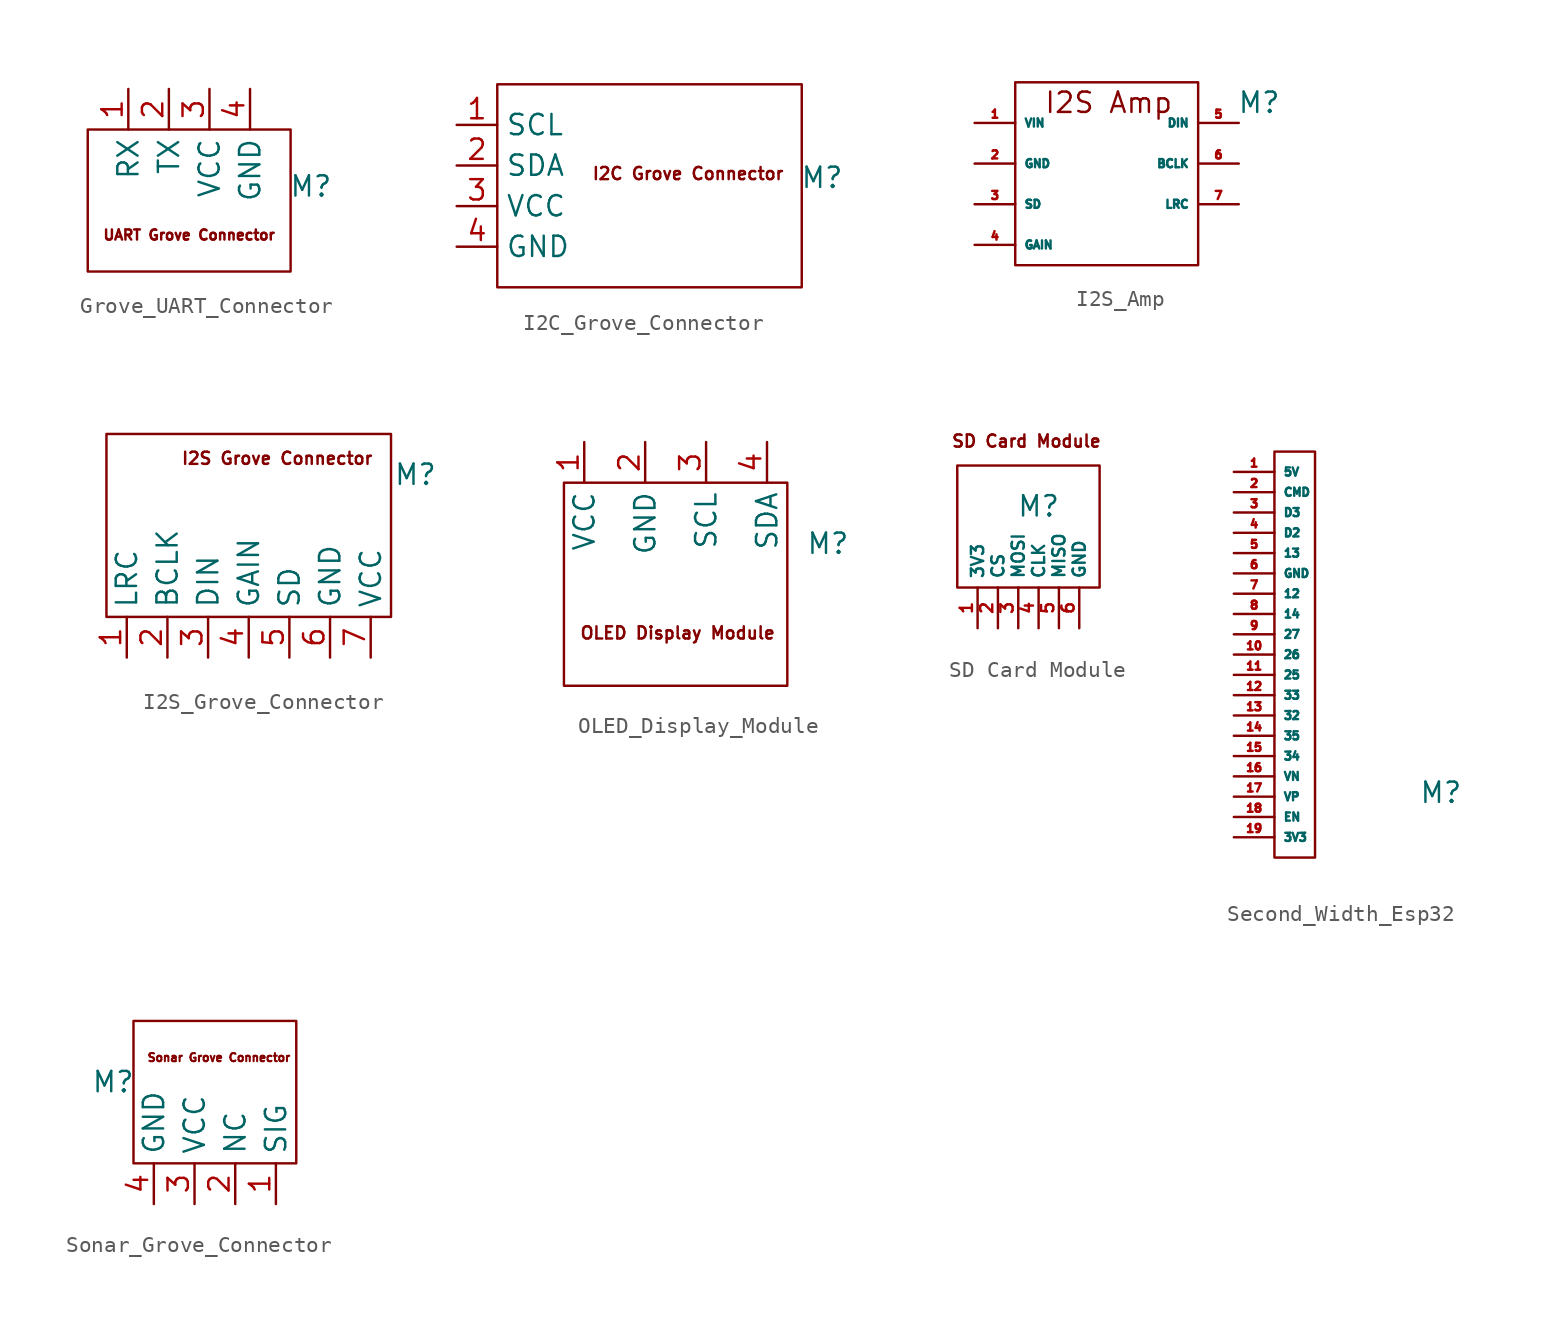
<source format=kicad_sym>
(kicad_symbol_lib
  (version 20231120)
  (generator "kicad_symbol_editor")
  (generator_version "8.0")
  (symbol "Grove_UART_Connector"
    (property "Reference" "M"
      (at 7.62 1.524 0)
      (effects (font (size 1.27 1.27))))
    (property "Value" ""
      (at 0 0 0)
      (effects (font (size 1.27 1.27))))
    (symbol "Grove_UART_Connector_0_1"
      (rectangle (start -6.35 5.08) (end 6.35 -3.81) (stroke (width 0) (type default)) (fill (type none))))
    (symbol "Grove_UART_Connector_1_1"
      (text "UART Grove Connector" (at 0 -1.524 0) (effects (font (size 0.635 0.635))))
      (pin input line (at -3.81 7.62 270) (length 2.54) (name "RX" (effects (font (size 1.27 1.27)))) (number "1" (effects (font (size 1.27 1.27)))))
      (pin input line (at -1.27 7.62 270) (length 2.54) (name "TX" (effects (font (size 1.27 1.27)))) (number "2" (effects (font (size 1.27 1.27)))))
      (pin input line (at 1.27 7.62 270) (length 2.54) (name "VCC" (effects (font (size 1.27 1.27)))) (number "3" (effects (font (size 1.27 1.27)))))
      (pin input line (at 3.81 7.62 270) (length 2.54) (name "GND" (effects (font (size 1.27 1.27)))) (number "4" (effects (font (size 1.27 1.27)))))))
  (symbol "I2C_Grove_Connector"
    (property "Reference" "M"
      (at 7.62 4.318 0)
      (effects (font (size 1.27 1.27))))
    (property "Value" ""
      (at 0 0 0)
      (effects (font (size 1.27 1.27))))
    (symbol "I2C_Grove_Connector_0_1"
      (rectangle (start -12.7 10.16) (end 6.35 -2.54) (stroke (width 0) (type default)) (fill (type none))))
    (symbol "I2C_Grove_Connector_1_1"
      (text "I2C Grove Connector" (at -0.762 4.572 0) (effects (font (size 0.762 0.762))))
      (pin input line (at -15.24 7.62 0) (length 2.54) (name "SCL" (effects (font (size 1.27 1.27)))) (number "1" (effects (font (size 1.27 1.27)))))
      (pin input line (at -15.24 5.08 0) (length 2.54) (name "SDA" (effects (font (size 1.27 1.27)))) (number "2" (effects (font (size 1.27 1.27)))))
      (pin input line (at -15.24 2.54 0) (length 2.54) (name "VCC" (effects (font (size 1.27 1.27)))) (number "3" (effects (font (size 1.27 1.27)))))
      (pin input line (at -15.24 0 0) (length 2.54) (name "GND" (effects (font (size 1.27 1.27)))) (number "4" (effects (font (size 1.27 1.27)))))))
  (symbol "I2S_Amp"
    (property "Reference" "M"
      (at 0 0 0)
      (effects (font (size 1.27 1.27))))
    (property "Value" ""
      (at 0 0 0)
      (effects (font (size 1.27 1.27))))
    (symbol "I2S_Amp_0_1"
      (rectangle (start -3.81 1.27) (end -15.24 -10.16) (stroke (width 0) (type default)) (fill (type none))))
    (symbol "I2S_Amp_1_1"
      (text "I2S Amp" (at -9.398 0 0) (effects (font (size 1.27 1.27))))
      (pin input line (at -17.78 -1.27 0) (length 2.54) (name "VIN" (effects (font (size 0.508 0.508)))) (number "1" (effects (font (size 0.508 0.508)))))
      (pin input line (at -17.78 -3.81 0) (length 2.54) (name "GND" (effects (font (size 0.508 0.508)))) (number "2" (effects (font (size 0.508 0.508)))))
      (pin input line (at -17.78 -6.35 0) (length 2.54) (name "SD" (effects (font (size 0.508 0.508)))) (number "3" (effects (font (size 0.508 0.508)))))
      (pin input line (at -17.78 -8.89 0) (length 2.54) (name "GAIN" (effects (font (size 0.508 0.508)))) (number "4" (effects (font (size 0.508 0.508)))))
      (pin input line (at -1.27 -1.27 180) (length 2.54) (name "DIN" (effects (font (size 0.508 0.508)))) (number "5" (effects (font (size 0.508 0.508)))))
      (pin input line (at -1.27 -3.81 180) (length 2.54) (name "BCLK" (effects (font (size 0.508 0.508)))) (number "6" (effects (font (size 0.508 0.508)))))
      (pin input line (at -1.27 -6.35 180) (length 2.54) (name "LRC" (effects (font (size 0.508 0.508)))) (number "7" (effects (font (size 0.508 0.508)))))))
  (symbol "I2S_Grove_Connector"
    (property "Reference" "M"
      (at 10.414 1.27 0)
      (effects (font (size 1.27 1.27))))
    (property "Value" ""
      (at 7.62 -2.54 0)
      (effects (font (size 1.27 1.27))))
    (symbol "I2S_Grove_Connector_0_1"
      (rectangle (start -8.89 3.81) (end 8.89 -7.62) (stroke (width 0) (type default)) (fill (type none))))
    (symbol "I2S_Grove_Connector_1_1"
      (text "I2S Grove Connector" (at 1.778 2.286 0) (effects (font (size 0.762 0.762))))
      (pin input line (at -7.62 -10.16 90) (length 2.54) (name "LRC" (effects (font (size 1.27 1.27)))) (number "1" (effects (font (size 1.27 1.27)))))
      (pin input line (at -5.08 -10.16 90) (length 2.54) (name "BCLK" (effects (font (size 1.27 1.27)))) (number "2" (effects (font (size 1.27 1.27)))))
      (pin input line (at -2.54 -10.16 90) (length 2.54) (name "DIN" (effects (font (size 1.27 1.27)))) (number "3" (effects (font (size 1.27 1.27)))))
      (pin input line (at 0 -10.16 90) (length 2.54) (name "GAIN" (effects (font (size 1.27 1.27)))) (number "4" (effects (font (size 1.27 1.27)))))
      (pin input line (at 2.54 -10.16 90) (length 2.54) (name "SD" (effects (font (size 1.27 1.27)))) (number "5" (effects (font (size 1.27 1.27)))))
      (pin input line (at 5.08 -10.16 90) (length 2.54) (name "GND" (effects (font (size 1.27 1.27)))) (number "6" (effects (font (size 1.27 1.27)))))
      (pin input line (at 7.62 -10.16 90) (length 2.54) (name "VCC" (effects (font (size 1.27 1.27)))) (number "7" (effects (font (size 1.27 1.27)))))))
  (symbol "OLED_Display_Module"
    (property "Reference" "M"
      (at 10.16 1.27 0)
      (effects (font (size 1.27 1.27))))
    (property "Value" ""
      (at 10.16 1.27 0)
      (effects (font (size 1.27 1.27))))
    (symbol "OLED_Display_Module_0_1"
      (rectangle (start -6.35 5.08) (end 7.62 -7.62) (stroke (width 0) (type default)) (fill (type none))))
    (symbol "OLED_Display_Module_1_1"
      (text "OLED Display Module" (at 0.762 -4.318 0) (effects (font (size 0.762 0.762))))
      (pin input line (at -5.08 7.62 270) (length 2.54) (name "VCC" (effects (font (size 1.27 1.27)))) (number "1" (effects (font (size 1.27 1.27)))))
      (pin input line (at -1.27 7.62 270) (length 2.54) (name "GND" (effects (font (size 1.27 1.27)))) (number "2" (effects (font (size 1.27 1.27)))))
      (pin input line (at 2.54 7.62 270) (length 2.54) (name "SCL" (effects (font (size 1.27 1.27)))) (number "3" (effects (font (size 1.27 1.27)))))
      (pin input line (at 6.35 7.62 270) (length 2.54) (name "SDA" (effects (font (size 1.27 1.27)))) (number "4" (effects (font (size 1.27 1.27)))))))
  (symbol "SD Card Module"
    (property "Reference" "M"
      (at 0 0 0)
      (effects (font (size 1.27 1.27))))
    (property "Value" ""
      (at 5.08 -3.81 0)
      (effects (font (size 1.27 1.27))))
    (symbol "SD Card Module_0_1"
      (rectangle (start -5.08 2.54) (end 3.81 -5.08) (stroke (width 0) (type default)) (fill (type none))))
    (symbol "SD Card Module_1_1"
      (text "SD Card Module\n" (at -0.762 4.064 0) (effects (font (size 0.762 0.762))))
      (pin input line (at -3.81 -7.62 90) (length 2.54) (name "3V3" (effects (font (size 0.762 0.762)))) (number "1" (effects (font (size 0.762 0.762)))))
      (pin input line (at -2.54 -7.62 90) (length 2.54) (name "CS" (effects (font (size 0.762 0.762)))) (number "2" (effects (font (size 0.762 0.762)))))
      (pin input line (at -1.27 -7.62 90) (length 2.54) (name "MOSI" (effects (font (size 0.762 0.762)))) (number "3" (effects (font (size 0.762 0.762)))))
      (pin input line (at 0 -7.62 90) (length 2.54) (name "CLK" (effects (font (size 0.762 0.762)))) (number "4" (effects (font (size 0.762 0.762)))))
      (pin input line (at 1.27 -7.62 90) (length 2.54) (name "MISO" (effects (font (size 0.762 0.762)))) (number "5" (effects (font (size 0.762 0.762)))))
      (pin input line (at 2.54 -7.62 90) (length 2.54) (name "GND" (effects (font (size 0.762 0.762)))) (number "6" (effects (font (size 0.762 0.762)))))))
  (symbol "Second_Width_Esp32"
    (property "Reference" "M"
      (at 11.684 1.524 0)
      (effects (font (size 1.27 1.27))))
    (property "Value" ""
      (at 10.16 1.27 0)
      (effects (font (size 1.27 1.27))))
    (symbol "Second_Width_Esp32_0_1"
      (rectangle (start 1.27 22.86) (end 3.81 -2.54) (stroke (width 0) (type default)) (fill (type none))))
    (symbol "Second_Width_Esp32_1_1"
      (pin input line (at -1.27 21.59 0) (length 2.54) (name "5V" (effects (font (size 0.508 0.508)))) (number "1" (effects (font (size 0.508 0.508)))))
      (pin input line (at -1.27 10.16 0) (length 2.54) (name "26" (effects (font (size 0.508 0.508)))) (number "10" (effects (font (size 0.508 0.508)))))
      (pin input line (at -1.27 8.89 0) (length 2.54) (name "25" (effects (font (size 0.508 0.508)))) (number "11" (effects (font (size 0.508 0.508)))))
      (pin input line (at -1.27 7.62 0) (length 2.54) (name "33" (effects (font (size 0.508 0.508)))) (number "12" (effects (font (size 0.508 0.508)))))
      (pin input line (at -1.27 6.35 0) (length 2.54) (name "32" (effects (font (size 0.508 0.508)))) (number "13" (effects (font (size 0.508 0.508)))))
      (pin input line (at -1.27 5.08 0) (length 2.54) (name "35" (effects (font (size 0.508 0.508)))) (number "14" (effects (font (size 0.508 0.508)))))
      (pin input line (at -1.27 3.81 0) (length 2.54) (name "34" (effects (font (size 0.508 0.508)))) (number "15" (effects (font (size 0.508 0.508)))))
      (pin input line (at -1.27 2.54 0) (length 2.54) (name "VN" (effects (font (size 0.508 0.508)))) (number "16" (effects (font (size 0.508 0.508)))))
      (pin input line (at -1.27 1.27 0) (length 2.54) (name "VP" (effects (font (size 0.508 0.508)))) (number "17" (effects (font (size 0.508 0.508)))))
      (pin input line (at -1.27 0 0) (length 2.54) (name "EN" (effects (font (size 0.508 0.508)))) (number "18" (effects (font (size 0.508 0.508)))))
      (pin input line (at -1.27 -1.27 0) (length 2.54) (name "3V3" (effects (font (size 0.508 0.508)))) (number "19" (effects (font (size 0.508 0.508)))))
      (pin input line (at -1.27 20.32 0) (length 2.54) (name "CMD" (effects (font (size 0.508 0.508)))) (number "2" (effects (font (size 0.508 0.508)))))
      (pin input line (at -1.27 19.05 0) (length 2.54) (name "D3" (effects (font (size 0.508 0.508)))) (number "3" (effects (font (size 0.508 0.508)))))
      (pin input line (at -1.27 17.78 0) (length 2.54) (name "D2" (effects (font (size 0.508 0.508)))) (number "4" (effects (font (size 0.508 0.508)))))
      (pin input line (at -1.27 16.51 0) (length 2.54) (name "13" (effects (font (size 0.508 0.508)))) (number "5" (effects (font (size 0.508 0.508)))))
      (pin input line (at -1.27 15.24 0) (length 2.54) (name "GND" (effects (font (size 0.508 0.508)))) (number "6" (effects (font (size 0.508 0.508)))))
      (pin input line (at -1.27 13.97 0) (length 2.54) (name "12" (effects (font (size 0.508 0.508)))) (number "7" (effects (font (size 0.508 0.508)))))
      (pin input line (at -1.27 12.7 0) (length 2.54) (name "14" (effects (font (size 0.508 0.508)))) (number "8" (effects (font (size 0.508 0.508)))))
      (pin input line (at -1.27 11.43 0) (length 2.54) (name "27" (effects (font (size 0.508 0.508)))) (number "9" (effects (font (size 0.508 0.508)))))))
  (symbol "Sonar_Grove_Connector"
    (property "Reference" "M"
      (at -5.08 7.62 0)
      (effects (font (size 1.27 1.27))))
    (property "Value" ""
      (at -5.08 7.62 0)
      (effects (font (size 1.27 1.27))))
    (symbol "Sonar_Grove_Connector_0_1"
      (rectangle (start 6.35 2.54) (end -3.81 11.43) (stroke (width 0) (type default)) (fill (type none))))
    (symbol "Sonar_Grove_Connector_1_1"
      (text "Sonar Grove Connector" (at 1.524 9.144 0) (effects (font (size 0.508 0.508))))
      (pin input line (at 5.08 0 90) (length 2.54) (name "SIG" (effects (font (size 1.27 1.27)))) (number "1" (effects (font (size 1.27 1.27)))))
      (pin input line (at 2.54 0 90) (length 2.54) (name "NC" (effects (font (size 1.27 1.27)))) (number "2" (effects (font (size 1.27 1.27)))))
      (pin input line (at 0 0 90) (length 2.54) (name "VCC" (effects (font (size 1.27 1.27)))) (number "3" (effects (font (size 1.27 1.27)))))
      (pin input line (at -2.54 0 90) (length 2.54) (name "GND" (effects (font (size 1.27 1.27)))) (number "4" (effects (font (size 1.27 1.27))))))))
</source>
